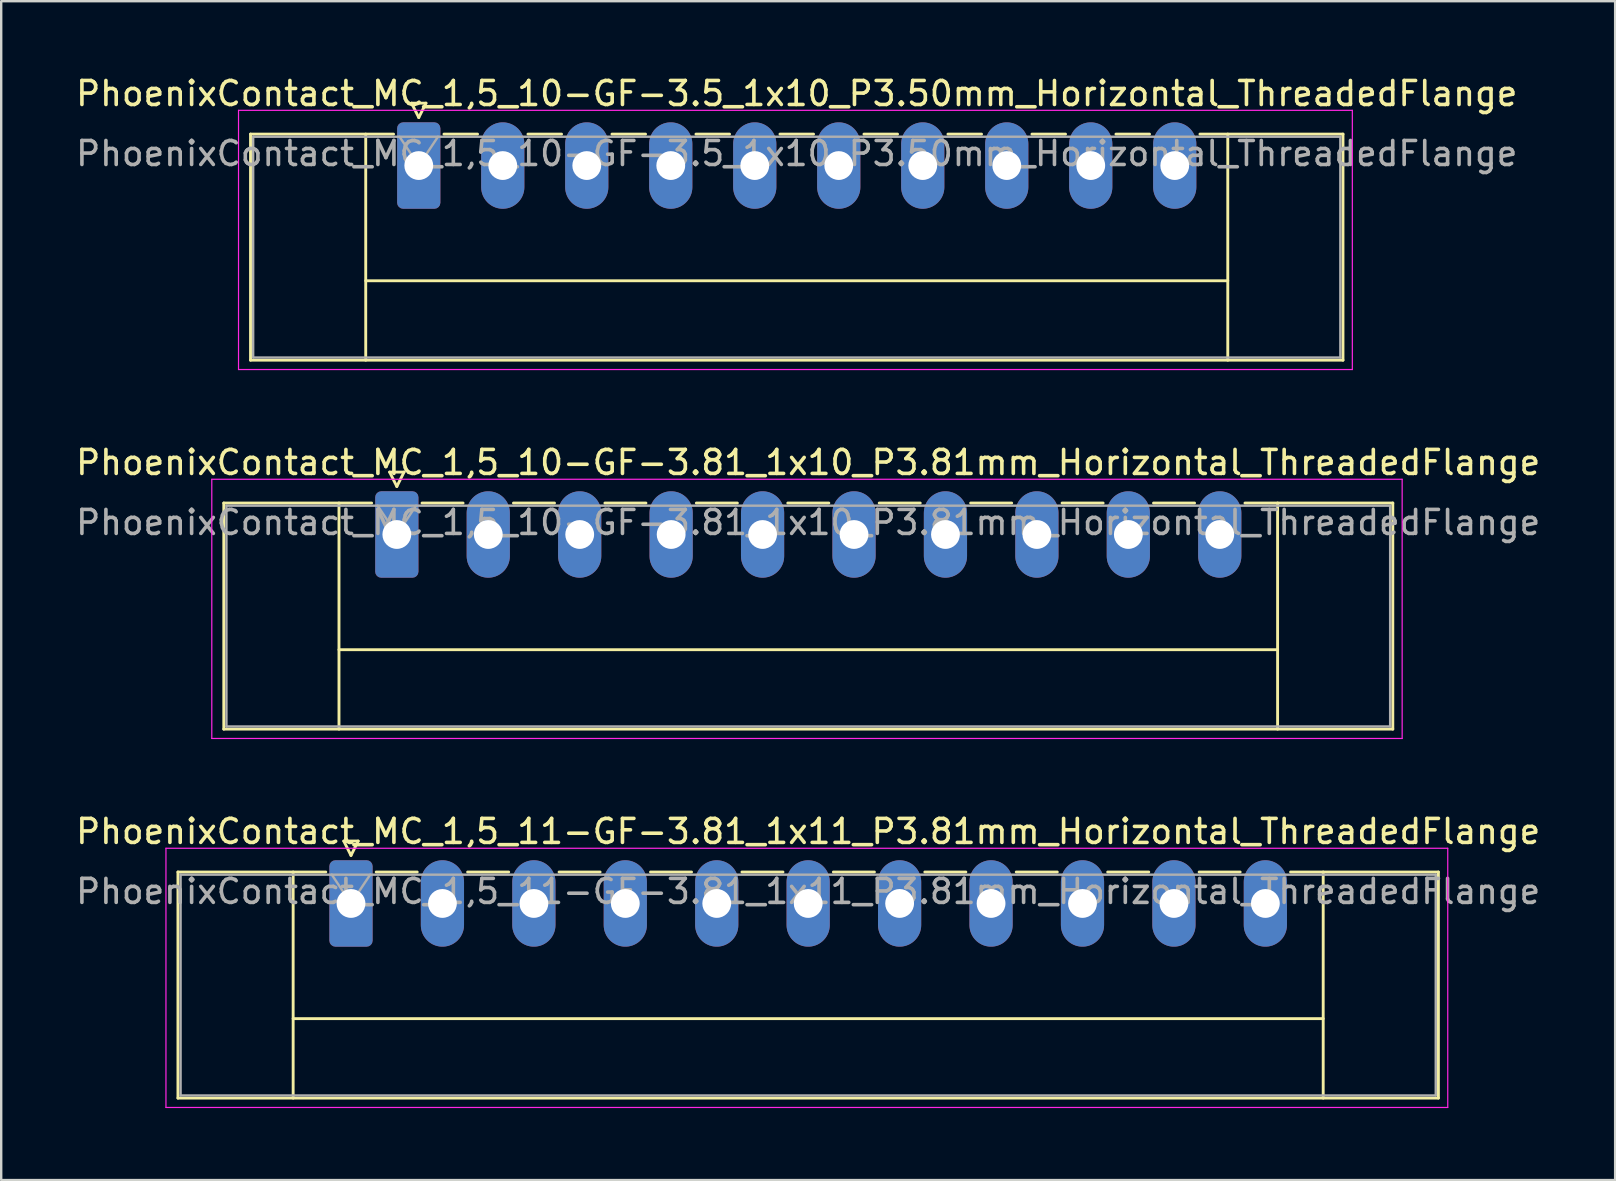
<source format=kicad_pcb>
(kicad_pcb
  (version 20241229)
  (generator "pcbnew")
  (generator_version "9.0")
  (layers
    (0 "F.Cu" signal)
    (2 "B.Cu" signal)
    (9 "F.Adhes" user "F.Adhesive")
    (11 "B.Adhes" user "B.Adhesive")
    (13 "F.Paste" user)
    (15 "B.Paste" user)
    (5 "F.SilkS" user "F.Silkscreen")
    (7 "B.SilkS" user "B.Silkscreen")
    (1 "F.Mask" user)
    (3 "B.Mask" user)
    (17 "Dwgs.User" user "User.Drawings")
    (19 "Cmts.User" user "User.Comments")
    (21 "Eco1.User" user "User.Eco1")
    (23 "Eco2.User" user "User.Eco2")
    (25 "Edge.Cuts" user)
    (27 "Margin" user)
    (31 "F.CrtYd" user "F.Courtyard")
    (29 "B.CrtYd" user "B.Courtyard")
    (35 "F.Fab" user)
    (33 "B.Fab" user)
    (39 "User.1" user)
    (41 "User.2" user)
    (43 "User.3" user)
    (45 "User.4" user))
  (footprint "PhoenixContact_MC_1,5_11-GF-3.81_1x11_P3.81mm_Horizontal_ThreadedFlange"
    (layer "F.Cu")
    (at 11.575 34.595)
    (property "Reference" "PhoenixContact_MC_1,5_11-GF-3.81_1x11_P3.81mm_Horizontal_ThreadedFlange" (at 19.05 -3 0) (layer "F.SilkS") (effects (font (size 1 1) (thickness 0.15))))
    (attr through_hole)
    (fp_line (start -7.21 -1.31) (end -7.21 8.11) (stroke (width 0.12) (type solid)) (layer "F.SilkS"))
    (fp_line (start -7.21 -1.31) (end -1.05 -1.31) (stroke (width 0.12) (type solid)) (layer "F.SilkS"))
    (fp_line (start -7.21 8.11) (end 45.31 8.11) (stroke (width 0.12) (type solid)) (layer "F.SilkS"))
    (fp_line (start -2.41 -1.31) (end -2.41 8.11) (stroke (width 0.12) (type solid)) (layer "F.SilkS"))
    (fp_line (start -2.41 4.8) (end 40.51 4.8) (stroke (width 0.12) (type solid)) (layer "F.SilkS"))
    (fp_line (start -0.3 -2.6) (end 0.3 -2.6) (stroke (width 0.12) (type solid)) (layer "F.SilkS"))
    (fp_line (start 0 -2) (end -0.3 -2.6) (stroke (width 0.12) (type solid)) (layer "F.SilkS"))
    (fp_line (start 0.3 -2.6) (end 0 -2) (stroke (width 0.12) (type solid)) (layer "F.SilkS"))
    (fp_line (start 1.05 -1.31) (end 2.76 -1.31) (stroke (width 0.12) (type solid)) (layer "F.SilkS"))
    (fp_line (start 4.86 -1.31) (end 6.57 -1.31) (stroke (width 0.12) (type solid)) (layer "F.SilkS"))
    (fp_line (start 8.67 -1.31) (end 10.38 -1.31) (stroke (width 0.12) (type solid)) (layer "F.SilkS"))
    (fp_line (start 12.48 -1.31) (end 14.19 -1.31) (stroke (width 0.12) (type solid)) (layer "F.SilkS"))
    (fp_line (start 16.29 -1.31) (end 18 -1.31) (stroke (width 0.12) (type solid)) (layer "F.SilkS"))
    (fp_line (start 20.1 -1.31) (end 21.81 -1.31) (stroke (width 0.12) (type solid)) (layer "F.SilkS"))
    (fp_line (start 23.91 -1.31) (end 25.62 -1.31) (stroke (width 0.12) (type solid)) (layer "F.SilkS"))
    (fp_line (start 27.72 -1.31) (end 29.43 -1.31) (stroke (width 0.12) (type solid)) (layer "F.SilkS"))
    (fp_line (start 31.53 -1.31) (end 33.24 -1.31) (stroke (width 0.12) (type solid)) (layer "F.SilkS"))
    (fp_line (start 35.34 -1.31) (end 37.05 -1.31) (stroke (width 0.12) (type solid)) (layer "F.SilkS"))
    (fp_line (start 40.51 -1.31) (end 40.51 8.11) (stroke (width 0.12) (type solid)) (layer "F.SilkS"))
    (fp_line (start 45.31 -1.31) (end 39.15 -1.31) (stroke (width 0.12) (type solid)) (layer "F.SilkS"))
    (fp_line (start 45.31 8.11) (end 45.31 -1.31) (stroke (width 0.12) (type solid)) (layer "F.SilkS"))
    (fp_line (start -7.71 -2.3) (end -7.71 8.5) (stroke (width 0.05) (type solid)) (layer "F.CrtYd"))
    (fp_line (start -7.71 8.5) (end 45.7 8.5) (stroke (width 0.05) (type solid)) (layer "F.CrtYd"))
    (fp_line (start 45.7 -2.3) (end -7.71 -2.3) (stroke (width 0.05) (type solid)) (layer "F.CrtYd"))
    (fp_line (start 45.7 8.5) (end 45.7 -2.3) (stroke (width 0.05) (type solid)) (layer "F.CrtYd"))
    (fp_line (start -7.1 -1.2) (end -7.1 8) (stroke (width 0.1) (type solid)) (layer "F.Fab"))
    (fp_line (start -7.1 8) (end 45.2 8) (stroke (width 0.1) (type solid)) (layer "F.Fab"))
    (fp_line (start 0 0) (end -0.8 -1.2) (stroke (width 0.1) (type solid)) (layer "F.Fab"))
    (fp_line (start 0.8 -1.2) (end 0 0) (stroke (width 0.1) (type solid)) (layer "F.Fab"))
    (fp_line (start 45.2 -1.2) (end -7.1 -1.2) (stroke (width 0.1) (type solid)) (layer "F.Fab"))
    (fp_line (start 45.2 8) (end 45.2 -1.2) (stroke (width 0.1) (type solid)) (layer "F.Fab"))
    (fp_text user "${REFERENCE}" (at 19.05 -0.5 0) (layer "F.Fab") (effects (font (size 1 1) (thickness 0.15))))
    (pad "1" thru_hole roundrect (at 0 0) (size 1.8 3.6) (drill 1.2) (layers "*.Cu" "*.Mask") (roundrect_rratio 0.139))
    (pad "2" thru_hole oval (at 3.81 0) (size 1.8 3.6) (drill 1.2) (layers "*.Cu" "*.Mask"))
    (pad "3" thru_hole oval (at 7.62 0) (size 1.8 3.6) (drill 1.2) (layers "*.Cu" "*.Mask"))
    (pad "4" thru_hole oval (at 11.43 0) (size 1.8 3.6) (drill 1.2) (layers "*.Cu" "*.Mask"))
    (pad "5" thru_hole oval (at 15.24 0) (size 1.8 3.6) (drill 1.2) (layers "*.Cu" "*.Mask"))
    (pad "6" thru_hole oval (at 19.05 0) (size 1.8 3.6) (drill 1.2) (layers "*.Cu" "*.Mask"))
    (pad "7" thru_hole oval (at 22.86 0) (size 1.8 3.6) (drill 1.2) (layers "*.Cu" "*.Mask"))
    (pad "8" thru_hole oval (at 26.67 0) (size 1.8 3.6) (drill 1.2) (layers "*.Cu" "*.Mask"))
    (pad "9" thru_hole oval (at 30.48 0) (size 1.8 3.6) (drill 1.2) (layers "*.Cu" "*.Mask"))
    (pad "10" thru_hole oval (at 34.29 0) (size 1.8 3.6) (drill 1.2) (layers "*.Cu" "*.Mask"))
    (pad "11" thru_hole oval (at 38.1 0) (size 1.8 3.6) (drill 1.2) (layers "*.Cu" "*.Mask")))
  (footprint "PhoenixContact_MC_1,5_10-GF-3.81_1x10_P3.81mm_Horizontal_ThreadedFlange"
    (layer "F.Cu")
    (at 13.485 19.221)
    (property "Reference" "PhoenixContact_MC_1,5_10-GF-3.81_1x10_P3.81mm_Horizontal_ThreadedFlange" (at 17.14 -3 0) (layer "F.SilkS") (effects (font (size 1 1) (thickness 0.15))))
    (attr through_hole)
    (fp_line (start -7.21 -1.31) (end -7.21 8.11) (stroke (width 0.12) (type solid)) (layer "F.SilkS"))
    (fp_line (start -7.21 -1.31) (end -1.05 -1.31) (stroke (width 0.12) (type solid)) (layer "F.SilkS"))
    (fp_line (start -7.21 8.11) (end 41.5 8.11) (stroke (width 0.12) (type solid)) (layer "F.SilkS"))
    (fp_line (start -2.41 -1.31) (end -2.41 8.11) (stroke (width 0.12) (type solid)) (layer "F.SilkS"))
    (fp_line (start -2.41 4.8) (end 36.7 4.8) (stroke (width 0.12) (type solid)) (layer "F.SilkS"))
    (fp_line (start -0.3 -2.6) (end 0.3 -2.6) (stroke (width 0.12) (type solid)) (layer "F.SilkS"))
    (fp_line (start 0 -2) (end -0.3 -2.6) (stroke (width 0.12) (type solid)) (layer "F.SilkS"))
    (fp_line (start 0.3 -2.6) (end 0 -2) (stroke (width 0.12) (type solid)) (layer "F.SilkS"))
    (fp_line (start 1.05 -1.31) (end 2.76 -1.31) (stroke (width 0.12) (type solid)) (layer "F.SilkS"))
    (fp_line (start 4.86 -1.31) (end 6.57 -1.31) (stroke (width 0.12) (type solid)) (layer "F.SilkS"))
    (fp_line (start 8.67 -1.31) (end 10.38 -1.31) (stroke (width 0.12) (type solid)) (layer "F.SilkS"))
    (fp_line (start 12.48 -1.31) (end 14.19 -1.31) (stroke (width 0.12) (type solid)) (layer "F.SilkS"))
    (fp_line (start 16.29 -1.31) (end 18 -1.31) (stroke (width 0.12) (type solid)) (layer "F.SilkS"))
    (fp_line (start 20.1 -1.31) (end 21.81 -1.31) (stroke (width 0.12) (type solid)) (layer "F.SilkS"))
    (fp_line (start 23.91 -1.31) (end 25.62 -1.31) (stroke (width 0.12) (type solid)) (layer "F.SilkS"))
    (fp_line (start 27.72 -1.31) (end 29.43 -1.31) (stroke (width 0.12) (type solid)) (layer "F.SilkS"))
    (fp_line (start 31.53 -1.31) (end 33.24 -1.31) (stroke (width 0.12) (type solid)) (layer "F.SilkS"))
    (fp_line (start 36.7 -1.31) (end 36.7 8.11) (stroke (width 0.12) (type solid)) (layer "F.SilkS"))
    (fp_line (start 41.5 -1.31) (end 35.34 -1.31) (stroke (width 0.12) (type solid)) (layer "F.SilkS"))
    (fp_line (start 41.5 8.11) (end 41.5 -1.31) (stroke (width 0.12) (type solid)) (layer "F.SilkS"))
    (fp_line (start -7.71 -2.3) (end -7.71 8.5) (stroke (width 0.05) (type solid)) (layer "F.CrtYd"))
    (fp_line (start -7.71 8.5) (end 41.89 8.5) (stroke (width 0.05) (type solid)) (layer "F.CrtYd"))
    (fp_line (start 41.89 -2.3) (end -7.71 -2.3) (stroke (width 0.05) (type solid)) (layer "F.CrtYd"))
    (fp_line (start 41.89 8.5) (end 41.89 -2.3) (stroke (width 0.05) (type solid)) (layer "F.CrtYd"))
    (fp_line (start -7.1 -1.2) (end -7.1 8) (stroke (width 0.1) (type solid)) (layer "F.Fab"))
    (fp_line (start -7.1 8) (end 41.39 8) (stroke (width 0.1) (type solid)) (layer "F.Fab"))
    (fp_line (start 0 0) (end -0.8 -1.2) (stroke (width 0.1) (type solid)) (layer "F.Fab"))
    (fp_line (start 0.8 -1.2) (end 0 0) (stroke (width 0.1) (type solid)) (layer "F.Fab"))
    (fp_line (start 41.39 -1.2) (end -7.1 -1.2) (stroke (width 0.1) (type solid)) (layer "F.Fab"))
    (fp_line (start 41.39 8) (end 41.39 -1.2) (stroke (width 0.1) (type solid)) (layer "F.Fab"))
    (fp_text user "${REFERENCE}" (at 17.14 -0.5 0) (layer "F.Fab") (effects (font (size 1 1) (thickness 0.15))))
    (pad "1" thru_hole roundrect (at 0 0) (size 1.8 3.6) (drill 1.2) (layers "*.Cu" "*.Mask") (roundrect_rratio 0.139))
    (pad "2" thru_hole oval (at 3.81 0) (size 1.8 3.6) (drill 1.2) (layers "*.Cu" "*.Mask"))
    (pad "3" thru_hole oval (at 7.62 0) (size 1.8 3.6) (drill 1.2) (layers "*.Cu" "*.Mask"))
    (pad "4" thru_hole oval (at 11.43 0) (size 1.8 3.6) (drill 1.2) (layers "*.Cu" "*.Mask"))
    (pad "5" thru_hole oval (at 15.24 0) (size 1.8 3.6) (drill 1.2) (layers "*.Cu" "*.Mask"))
    (pad "6" thru_hole oval (at 19.05 0) (size 1.8 3.6) (drill 1.2) (layers "*.Cu" "*.Mask"))
    (pad "7" thru_hole oval (at 22.86 0) (size 1.8 3.6) (drill 1.2) (layers "*.Cu" "*.Mask"))
    (pad "8" thru_hole oval (at 26.67 0) (size 1.8 3.6) (drill 1.2) (layers "*.Cu" "*.Mask"))
    (pad "9" thru_hole oval (at 30.48 0) (size 1.8 3.6) (drill 1.2) (layers "*.Cu" "*.Mask"))
    (pad "10" thru_hole oval (at 34.29 0) (size 1.8 3.6) (drill 1.2) (layers "*.Cu" "*.Mask")))
  (footprint "PhoenixContact_MC_1,5_10-GF-3.5_1x10_P3.50mm_Horizontal_ThreadedFlange"
    (layer "F.Cu")
    (at 14.399 3.848)
    (property "Reference" "PhoenixContact_MC_1,5_10-GF-3.5_1x10_P3.50mm_Horizontal_ThreadedFlange" (at 15.75 -3 0) (layer "F.SilkS") (effects (font (size 1 1) (thickness 0.15))))
    (attr through_hole)
    (fp_line (start -7.01 -1.31) (end -7.01 8.11) (stroke (width 0.12) (type solid)) (layer "F.SilkS"))
    (fp_line (start -7.01 -1.31) (end -1.05 -1.31) (stroke (width 0.12) (type solid)) (layer "F.SilkS"))
    (fp_line (start -7.01 8.11) (end 38.51 8.11) (stroke (width 0.12) (type solid)) (layer "F.SilkS"))
    (fp_line (start -2.21 -1.31) (end -2.21 8.11) (stroke (width 0.12) (type solid)) (layer "F.SilkS"))
    (fp_line (start -2.21 4.8) (end 33.71 4.8) (stroke (width 0.12) (type solid)) (layer "F.SilkS"))
    (fp_line (start -0.3 -2.6) (end 0.3 -2.6) (stroke (width 0.12) (type solid)) (layer "F.SilkS"))
    (fp_line (start 0 -2) (end -0.3 -2.6) (stroke (width 0.12) (type solid)) (layer "F.SilkS"))
    (fp_line (start 0.3 -2.6) (end 0 -2) (stroke (width 0.12) (type solid)) (layer "F.SilkS"))
    (fp_line (start 1.05 -1.31) (end 2.45 -1.31) (stroke (width 0.12) (type solid)) (layer "F.SilkS"))
    (fp_line (start 4.55 -1.31) (end 5.95 -1.31) (stroke (width 0.12) (type solid)) (layer "F.SilkS"))
    (fp_line (start 8.05 -1.31) (end 9.45 -1.31) (stroke (width 0.12) (type solid)) (layer "F.SilkS"))
    (fp_line (start 11.55 -1.31) (end 12.95 -1.31) (stroke (width 0.12) (type solid)) (layer "F.SilkS"))
    (fp_line (start 15.05 -1.31) (end 16.45 -1.31) (stroke (width 0.12) (type solid)) (layer "F.SilkS"))
    (fp_line (start 18.55 -1.31) (end 19.95 -1.31) (stroke (width 0.12) (type solid)) (layer "F.SilkS"))
    (fp_line (start 22.05 -1.31) (end 23.45 -1.31) (stroke (width 0.12) (type solid)) (layer "F.SilkS"))
    (fp_line (start 25.55 -1.31) (end 26.95 -1.31) (stroke (width 0.12) (type solid)) (layer "F.SilkS"))
    (fp_line (start 29.05 -1.31) (end 30.45 -1.31) (stroke (width 0.12) (type solid)) (layer "F.SilkS"))
    (fp_line (start 33.71 -1.31) (end 33.71 8.11) (stroke (width 0.12) (type solid)) (layer "F.SilkS"))
    (fp_line (start 38.51 -1.31) (end 32.55 -1.31) (stroke (width 0.12) (type solid)) (layer "F.SilkS"))
    (fp_line (start 38.51 8.11) (end 38.51 -1.31) (stroke (width 0.12) (type solid)) (layer "F.SilkS"))
    (fp_line (start -7.51 -2.3) (end -7.51 8.5) (stroke (width 0.05) (type solid)) (layer "F.CrtYd"))
    (fp_line (start -7.51 8.5) (end 38.9 8.5) (stroke (width 0.05) (type solid)) (layer "F.CrtYd"))
    (fp_line (start 38.9 -2.3) (end -7.51 -2.3) (stroke (width 0.05) (type solid)) (layer "F.CrtYd"))
    (fp_line (start 38.9 8.5) (end 38.9 -2.3) (stroke (width 0.05) (type solid)) (layer "F.CrtYd"))
    (fp_line (start -6.9 -1.2) (end -6.9 8) (stroke (width 0.1) (type solid)) (layer "F.Fab"))
    (fp_line (start -6.9 8) (end 38.4 8) (stroke (width 0.1) (type solid)) (layer "F.Fab"))
    (fp_line (start 0 0) (end -0.8 -1.2) (stroke (width 0.1) (type solid)) (layer "F.Fab"))
    (fp_line (start 0.8 -1.2) (end 0 0) (stroke (width 0.1) (type solid)) (layer "F.Fab"))
    (fp_line (start 38.4 -1.2) (end -6.9 -1.2) (stroke (width 0.1) (type solid)) (layer "F.Fab"))
    (fp_line (start 38.4 8) (end 38.4 -1.2) (stroke (width 0.1) (type solid)) (layer "F.Fab"))
    (fp_text user "${REFERENCE}" (at 15.75 -0.5 0) (layer "F.Fab") (effects (font (size 1 1) (thickness 0.15))))
    (pad "1" thru_hole roundrect (at 0 0) (size 1.8 3.6) (drill 1.2) (layers "*.Cu" "*.Mask") (roundrect_rratio 0.139))
    (pad "2" thru_hole oval (at 3.5 0) (size 1.8 3.6) (drill 1.2) (layers "*.Cu" "*.Mask"))
    (pad "3" thru_hole oval (at 7 0) (size 1.8 3.6) (drill 1.2) (layers "*.Cu" "*.Mask"))
    (pad "4" thru_hole oval (at 10.5 0) (size 1.8 3.6) (drill 1.2) (layers "*.Cu" "*.Mask"))
    (pad "5" thru_hole oval (at 14 0) (size 1.8 3.6) (drill 1.2) (layers "*.Cu" "*.Mask"))
    (pad "6" thru_hole oval (at 17.5 0) (size 1.8 3.6) (drill 1.2) (layers "*.Cu" "*.Mask"))
    (pad "7" thru_hole oval (at 21 0) (size 1.8 3.6) (drill 1.2) (layers "*.Cu" "*.Mask"))
    (pad "8" thru_hole oval (at 24.5 0) (size 1.8 3.6) (drill 1.2) (layers "*.Cu" "*.Mask"))
    (pad "9" thru_hole oval (at 28 0) (size 1.8 3.6) (drill 1.2) (layers "*.Cu" "*.Mask"))
    (pad "10" thru_hole oval (at 31.5 0) (size 1.8 3.6) (drill 1.2) (layers "*.Cu" "*.Mask")))
  (gr_rect
    (start -3 -3)
    (end 64.25 46.12)
    (stroke (width 0.1) (type default))
    (fill no)
    (layer "Edge.Cuts")))
</source>
